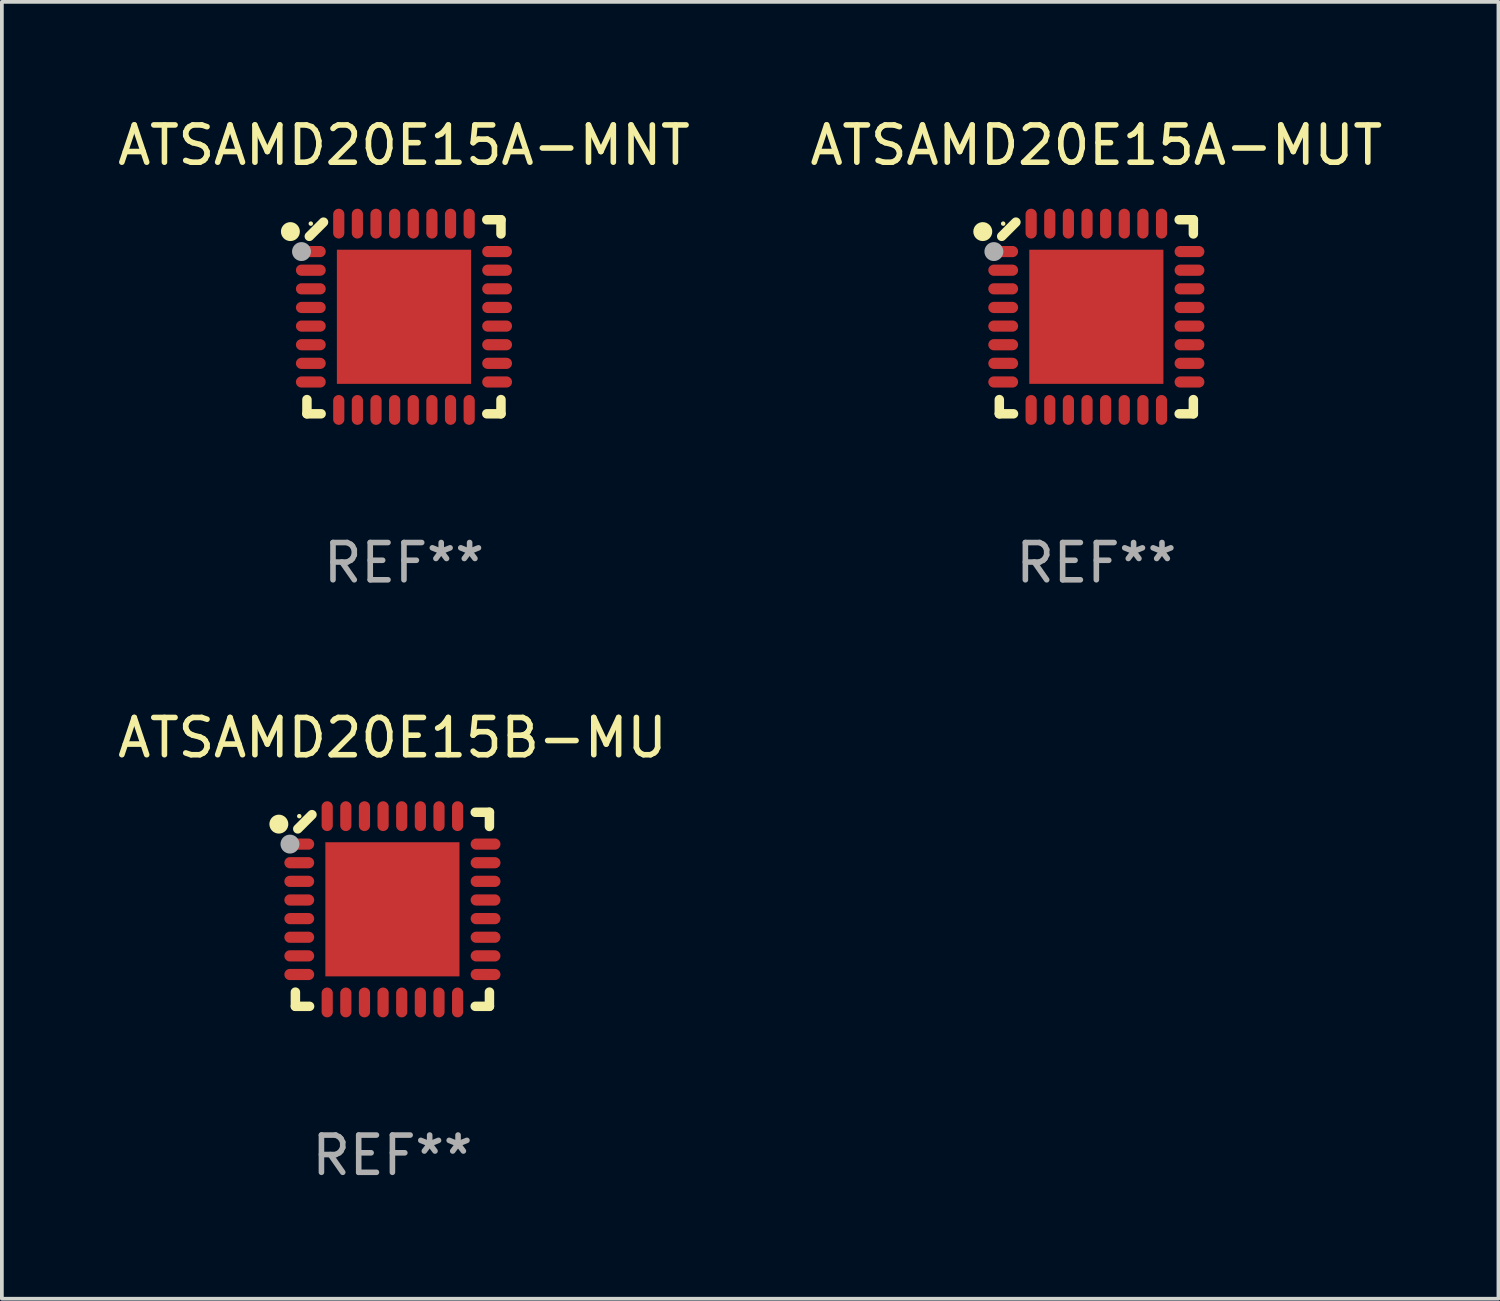
<source format=kicad_pcb>
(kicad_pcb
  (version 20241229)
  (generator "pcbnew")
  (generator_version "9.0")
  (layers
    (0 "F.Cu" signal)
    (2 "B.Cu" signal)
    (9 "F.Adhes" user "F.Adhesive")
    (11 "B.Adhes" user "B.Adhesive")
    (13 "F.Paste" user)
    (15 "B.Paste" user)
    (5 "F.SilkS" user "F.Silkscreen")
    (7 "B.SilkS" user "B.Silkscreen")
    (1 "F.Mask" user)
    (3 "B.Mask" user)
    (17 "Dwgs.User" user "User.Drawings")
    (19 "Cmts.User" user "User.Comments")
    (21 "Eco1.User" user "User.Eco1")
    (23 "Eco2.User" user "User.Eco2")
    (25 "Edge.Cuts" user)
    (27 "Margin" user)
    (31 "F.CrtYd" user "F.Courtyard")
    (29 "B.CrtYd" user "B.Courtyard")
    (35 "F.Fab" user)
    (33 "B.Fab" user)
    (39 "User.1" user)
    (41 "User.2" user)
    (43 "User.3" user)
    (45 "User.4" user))
  (footprint "ATSAMD20E15A-MUT"
    (layer "F.Cu")
    (at 26.375 5.452)
    (property "Reference" "ATSAMD20E15A-MUT" (at 0 -4.604 0) (layer "F.SilkS") (effects (font (size 1 1) (thickness 0.15))))
    (attr through_hole)
    (fp_line (start -2.604 2.223) (end -2.604 2.604) (stroke (width 0.254) (type solid)) (layer "F.SilkS"))
    (fp_line (start -2.604 2.604) (end -2.223 2.604) (stroke (width 0.254) (type solid)) (layer "F.SilkS"))
    (fp_line (start -2.159 -2.54) (end -2.54 -2.159) (stroke (width 0.254) (type solid)) (layer "F.SilkS"))
    (fp_line (start 2.223 2.604) (end 2.604 2.604) (stroke (width 0.254) (type solid)) (layer "F.SilkS"))
    (fp_line (start 2.604 -2.604) (end 2.223 -2.604) (stroke (width 0.254) (type solid)) (layer "F.SilkS"))
    (fp_line (start 2.604 -2.223) (end 2.604 -2.604) (stroke (width 0.254) (type solid)) (layer "F.SilkS"))
    (fp_line (start 2.604 2.604) (end 2.604 2.223) (stroke (width 0.254) (type solid)) (layer "F.SilkS"))
    (fp_circle (center -3.048 -2.286) (end -2.921 -2.286) (stroke (width 0.254) (type solid)) (fill no) (layer "F.SilkS"))
    (fp_circle (center -2.5 -2.5) (end -2.47 -2.5) (stroke (width 0.06) (type solid)) (fill no) (layer "F.SilkS"))
    (fp_circle (center -2.75 -1.75) (end -2.623 -1.75) (stroke (width 0.254) (type solid)) (fill no) (layer "F.Fab"))
    (fp_text user "REF**" (at 0 6.604 0) (layer "F.Fab") (effects (font (size 1 1) (thickness 0.15))))
    (pad "1" smd oval (at -2.5 -1.75) (size 0.8 0.3) (layers "F.Cu" "F.Mask" "F.Paste"))
    (pad "2" smd oval (at -2.5 -1.25) (size 0.8 0.3) (layers "F.Cu" "F.Mask" "F.Paste"))
    (pad "3" smd oval (at -2.5 -0.75) (size 0.8 0.3) (layers "F.Cu" "F.Mask" "F.Paste"))
    (pad "4" smd oval (at -2.5 -0.25) (size 0.8 0.3) (layers "F.Cu" "F.Mask" "F.Paste"))
    (pad "5" smd oval (at -2.5 0.25) (size 0.8 0.3) (layers "F.Cu" "F.Mask" "F.Paste"))
    (pad "6" smd oval (at -2.5 0.75) (size 0.8 0.3) (layers "F.Cu" "F.Mask" "F.Paste"))
    (pad "7" smd oval (at -2.5 1.25) (size 0.8 0.3) (layers "F.Cu" "F.Mask" "F.Paste"))
    (pad "8" smd oval (at -2.5 1.75) (size 0.8 0.3) (layers "F.Cu" "F.Mask" "F.Paste"))
    (pad "9" smd oval (at -1.75 2.5) (size 0.3 0.8) (layers "F.Cu" "F.Mask" "F.Paste"))
    (pad "10" smd oval (at -1.25 2.5) (size 0.3 0.8) (layers "F.Cu" "F.Mask" "F.Paste"))
    (pad "11" smd oval (at -0.75 2.5) (size 0.3 0.8) (layers "F.Cu" "F.Mask" "F.Paste"))
    (pad "12" smd oval (at -0.25 2.5) (size 0.3 0.8) (layers "F.Cu" "F.Mask" "F.Paste"))
    (pad "13" smd oval (at 0.25 2.5) (size 0.3 0.8) (layers "F.Cu" "F.Mask" "F.Paste"))
    (pad "14" smd oval (at 0.75 2.5) (size 0.3 0.8) (layers "F.Cu" "F.Mask" "F.Paste"))
    (pad "15" smd oval (at 1.25 2.5) (size 0.3 0.8) (layers "F.Cu" "F.Mask" "F.Paste"))
    (pad "16" smd oval (at 1.75 2.5) (size 0.3 0.8) (layers "F.Cu" "F.Mask" "F.Paste"))
    (pad "17" smd oval (at 2.5 1.75) (size 0.8 0.3) (layers "F.Cu" "F.Mask" "F.Paste"))
    (pad "18" smd oval (at 2.5 1.25) (size 0.8 0.3) (layers "F.Cu" "F.Mask" "F.Paste"))
    (pad "19" smd oval (at 2.5 0.75) (size 0.8 0.3) (layers "F.Cu" "F.Mask" "F.Paste"))
    (pad "20" smd oval (at 2.5 0.25) (size 0.8 0.3) (layers "F.Cu" "F.Mask" "F.Paste"))
    (pad "21" smd oval (at 2.5 -0.25) (size 0.8 0.3) (layers "F.Cu" "F.Mask" "F.Paste"))
    (pad "22" smd oval (at 2.5 -0.75) (size 0.8 0.3) (layers "F.Cu" "F.Mask" "F.Paste"))
    (pad "23" smd oval (at 2.5 -1.25) (size 0.8 0.3) (layers "F.Cu" "F.Mask" "F.Paste"))
    (pad "24" smd oval (at 2.5 -1.75) (size 0.8 0.3) (layers "F.Cu" "F.Mask" "F.Paste"))
    (pad "25" smd oval (at 1.75 -2.5) (size 0.3 0.8) (layers "F.Cu" "F.Mask" "F.Paste"))
    (pad "26" smd oval (at 1.25 -2.5) (size 0.3 0.8) (layers "F.Cu" "F.Mask" "F.Paste"))
    (pad "27" smd oval (at 0.75 -2.5) (size 0.3 0.8) (layers "F.Cu" "F.Mask" "F.Paste"))
    (pad "28" smd oval (at 0.25 -2.5) (size 0.3 0.8) (layers "F.Cu" "F.Mask" "F.Paste"))
    (pad "29" smd oval (at -0.25 -2.5) (size 0.3 0.8) (layers "F.Cu" "F.Mask" "F.Paste"))
    (pad "30" smd oval (at -0.75 -2.5) (size 0.3 0.8) (layers "F.Cu" "F.Mask" "F.Paste"))
    (pad "31" smd oval (at -1.25 -2.5) (size 0.3 0.8) (layers "F.Cu" "F.Mask" "F.Paste"))
    (pad "32" smd oval (at -1.75 -2.5) (size 0.3 0.8) (layers "F.Cu" "F.Mask" "F.Paste"))
    (pad "33" smd rect (at -0.000076 0) (size 3.6 3.6) (layers "F.Cu" "F.Mask" "F.Paste")))
  (footprint "ATSAMD20E15B-MU"
    (layer "F.Cu")
    (at 7.482 21.355)
    (property "Reference" "ATSAMD20E15B-MU" (at 0 -4.604 0) (layer "F.SilkS") (effects (font (size 1 1) (thickness 0.15))))
    (attr through_hole)
    (fp_line (start -2.604 2.223) (end -2.604 2.604) (stroke (width 0.254) (type solid)) (layer "F.SilkS"))
    (fp_line (start -2.604 2.604) (end -2.223 2.604) (stroke (width 0.254) (type solid)) (layer "F.SilkS"))
    (fp_line (start -2.159 -2.54) (end -2.54 -2.159) (stroke (width 0.254) (type solid)) (layer "F.SilkS"))
    (fp_line (start 2.223 2.604) (end 2.604 2.604) (stroke (width 0.254) (type solid)) (layer "F.SilkS"))
    (fp_line (start 2.604 -2.604) (end 2.223 -2.604) (stroke (width 0.254) (type solid)) (layer "F.SilkS"))
    (fp_line (start 2.604 -2.223) (end 2.604 -2.604) (stroke (width 0.254) (type solid)) (layer "F.SilkS"))
    (fp_line (start 2.604 2.604) (end 2.604 2.223) (stroke (width 0.254) (type solid)) (layer "F.SilkS"))
    (fp_circle (center -3.048 -2.286) (end -2.921 -2.286) (stroke (width 0.254) (type solid)) (fill no) (layer "F.SilkS"))
    (fp_circle (center -2.5 -2.5) (end -2.47 -2.5) (stroke (width 0.06) (type solid)) (fill no) (layer "F.SilkS"))
    (fp_circle (center -2.75 -1.75) (end -2.623 -1.75) (stroke (width 0.254) (type solid)) (fill no) (layer "F.Fab"))
    (fp_text user "REF**" (at 0 6.604 0) (layer "F.Fab") (effects (font (size 1 1) (thickness 0.15))))
    (pad "1" smd oval (at -2.5 -1.75) (size 0.8 0.3) (layers "F.Cu" "F.Mask" "F.Paste"))
    (pad "2" smd oval (at -2.5 -1.25) (size 0.8 0.3) (layers "F.Cu" "F.Mask" "F.Paste"))
    (pad "3" smd oval (at -2.5 -0.75) (size 0.8 0.3) (layers "F.Cu" "F.Mask" "F.Paste"))
    (pad "4" smd oval (at -2.5 -0.25) (size 0.8 0.3) (layers "F.Cu" "F.Mask" "F.Paste"))
    (pad "5" smd oval (at -2.5 0.25) (size 0.8 0.3) (layers "F.Cu" "F.Mask" "F.Paste"))
    (pad "6" smd oval (at -2.5 0.75) (size 0.8 0.3) (layers "F.Cu" "F.Mask" "F.Paste"))
    (pad "7" smd oval (at -2.5 1.25) (size 0.8 0.3) (layers "F.Cu" "F.Mask" "F.Paste"))
    (pad "8" smd oval (at -2.5 1.75) (size 0.8 0.3) (layers "F.Cu" "F.Mask" "F.Paste"))
    (pad "9" smd oval (at -1.75 2.5) (size 0.3 0.8) (layers "F.Cu" "F.Mask" "F.Paste"))
    (pad "10" smd oval (at -1.25 2.5) (size 0.3 0.8) (layers "F.Cu" "F.Mask" "F.Paste"))
    (pad "11" smd oval (at -0.75 2.5) (size 0.3 0.8) (layers "F.Cu" "F.Mask" "F.Paste"))
    (pad "12" smd oval (at -0.25 2.5) (size 0.3 0.8) (layers "F.Cu" "F.Mask" "F.Paste"))
    (pad "13" smd oval (at 0.25 2.5) (size 0.3 0.8) (layers "F.Cu" "F.Mask" "F.Paste"))
    (pad "14" smd oval (at 0.75 2.5) (size 0.3 0.8) (layers "F.Cu" "F.Mask" "F.Paste"))
    (pad "15" smd oval (at 1.25 2.5) (size 0.3 0.8) (layers "F.Cu" "F.Mask" "F.Paste"))
    (pad "16" smd oval (at 1.75 2.5) (size 0.3 0.8) (layers "F.Cu" "F.Mask" "F.Paste"))
    (pad "17" smd oval (at 2.5 1.75) (size 0.8 0.3) (layers "F.Cu" "F.Mask" "F.Paste"))
    (pad "18" smd oval (at 2.5 1.25) (size 0.8 0.3) (layers "F.Cu" "F.Mask" "F.Paste"))
    (pad "19" smd oval (at 2.5 0.75) (size 0.8 0.3) (layers "F.Cu" "F.Mask" "F.Paste"))
    (pad "20" smd oval (at 2.5 0.25) (size 0.8 0.3) (layers "F.Cu" "F.Mask" "F.Paste"))
    (pad "21" smd oval (at 2.5 -0.25) (size 0.8 0.3) (layers "F.Cu" "F.Mask" "F.Paste"))
    (pad "22" smd oval (at 2.5 -0.75) (size 0.8 0.3) (layers "F.Cu" "F.Mask" "F.Paste"))
    (pad "23" smd oval (at 2.5 -1.25) (size 0.8 0.3) (layers "F.Cu" "F.Mask" "F.Paste"))
    (pad "24" smd oval (at 2.5 -1.75) (size 0.8 0.3) (layers "F.Cu" "F.Mask" "F.Paste"))
    (pad "25" smd oval (at 1.75 -2.5) (size 0.3 0.8) (layers "F.Cu" "F.Mask" "F.Paste"))
    (pad "26" smd oval (at 1.25 -2.5) (size 0.3 0.8) (layers "F.Cu" "F.Mask" "F.Paste"))
    (pad "27" smd oval (at 0.75 -2.5) (size 0.3 0.8) (layers "F.Cu" "F.Mask" "F.Paste"))
    (pad "28" smd oval (at 0.25 -2.5) (size 0.3 0.8) (layers "F.Cu" "F.Mask" "F.Paste"))
    (pad "29" smd oval (at -0.25 -2.5) (size 0.3 0.8) (layers "F.Cu" "F.Mask" "F.Paste"))
    (pad "30" smd oval (at -0.75 -2.5) (size 0.3 0.8) (layers "F.Cu" "F.Mask" "F.Paste"))
    (pad "31" smd oval (at -1.25 -2.5) (size 0.3 0.8) (layers "F.Cu" "F.Mask" "F.Paste"))
    (pad "32" smd oval (at -1.75 -2.5) (size 0.3 0.8) (layers "F.Cu" "F.Mask" "F.Paste"))
    (pad "33" smd rect (at -0.000076 0) (size 3.6 3.6) (layers "F.Cu" "F.Mask" "F.Paste")))
  (footprint "ATSAMD20E15A-MNT"
    (layer "F.Cu")
    (at 7.792 5.452)
    (property "Reference" "ATSAMD20E15A-MNT" (at 0 -4.604 0) (layer "F.SilkS") (effects (font (size 1 1) (thickness 0.15))))
    (attr through_hole)
    (fp_line (start -2.604 2.223) (end -2.604 2.604) (stroke (width 0.254) (type solid)) (layer "F.SilkS"))
    (fp_line (start -2.604 2.604) (end -2.223 2.604) (stroke (width 0.254) (type solid)) (layer "F.SilkS"))
    (fp_line (start -2.159 -2.54) (end -2.54 -2.159) (stroke (width 0.254) (type solid)) (layer "F.SilkS"))
    (fp_line (start 2.223 2.604) (end 2.604 2.604) (stroke (width 0.254) (type solid)) (layer "F.SilkS"))
    (fp_line (start 2.604 -2.604) (end 2.223 -2.604) (stroke (width 0.254) (type solid)) (layer "F.SilkS"))
    (fp_line (start 2.604 -2.223) (end 2.604 -2.604) (stroke (width 0.254) (type solid)) (layer "F.SilkS"))
    (fp_line (start 2.604 2.604) (end 2.604 2.223) (stroke (width 0.254) (type solid)) (layer "F.SilkS"))
    (fp_circle (center -3.048 -2.286) (end -2.921 -2.286) (stroke (width 0.254) (type solid)) (fill no) (layer "F.SilkS"))
    (fp_circle (center -2.5 -2.5) (end -2.47 -2.5) (stroke (width 0.06) (type solid)) (fill no) (layer "F.SilkS"))
    (fp_circle (center -2.75 -1.75) (end -2.623 -1.75) (stroke (width 0.254) (type solid)) (fill no) (layer "F.Fab"))
    (fp_text user "REF**" (at 0 6.604 0) (layer "F.Fab") (effects (font (size 1 1) (thickness 0.15))))
    (pad "1" smd oval (at -2.5 -1.75) (size 0.8 0.3) (layers "F.Cu" "F.Mask" "F.Paste"))
    (pad "2" smd oval (at -2.5 -1.25) (size 0.8 0.3) (layers "F.Cu" "F.Mask" "F.Paste"))
    (pad "3" smd oval (at -2.5 -0.75) (size 0.8 0.3) (layers "F.Cu" "F.Mask" "F.Paste"))
    (pad "4" smd oval (at -2.5 -0.25) (size 0.8 0.3) (layers "F.Cu" "F.Mask" "F.Paste"))
    (pad "5" smd oval (at -2.5 0.25) (size 0.8 0.3) (layers "F.Cu" "F.Mask" "F.Paste"))
    (pad "6" smd oval (at -2.5 0.75) (size 0.8 0.3) (layers "F.Cu" "F.Mask" "F.Paste"))
    (pad "7" smd oval (at -2.5 1.25) (size 0.8 0.3) (layers "F.Cu" "F.Mask" "F.Paste"))
    (pad "8" smd oval (at -2.5 1.75) (size 0.8 0.3) (layers "F.Cu" "F.Mask" "F.Paste"))
    (pad "9" smd oval (at -1.75 2.5) (size 0.3 0.8) (layers "F.Cu" "F.Mask" "F.Paste"))
    (pad "10" smd oval (at -1.25 2.5) (size 0.3 0.8) (layers "F.Cu" "F.Mask" "F.Paste"))
    (pad "11" smd oval (at -0.75 2.5) (size 0.3 0.8) (layers "F.Cu" "F.Mask" "F.Paste"))
    (pad "12" smd oval (at -0.25 2.5) (size 0.3 0.8) (layers "F.Cu" "F.Mask" "F.Paste"))
    (pad "13" smd oval (at 0.25 2.5) (size 0.3 0.8) (layers "F.Cu" "F.Mask" "F.Paste"))
    (pad "14" smd oval (at 0.75 2.5) (size 0.3 0.8) (layers "F.Cu" "F.Mask" "F.Paste"))
    (pad "15" smd oval (at 1.25 2.5) (size 0.3 0.8) (layers "F.Cu" "F.Mask" "F.Paste"))
    (pad "16" smd oval (at 1.75 2.5) (size 0.3 0.8) (layers "F.Cu" "F.Mask" "F.Paste"))
    (pad "17" smd oval (at 2.5 1.75) (size 0.8 0.3) (layers "F.Cu" "F.Mask" "F.Paste"))
    (pad "18" smd oval (at 2.5 1.25) (size 0.8 0.3) (layers "F.Cu" "F.Mask" "F.Paste"))
    (pad "19" smd oval (at 2.5 0.75) (size 0.8 0.3) (layers "F.Cu" "F.Mask" "F.Paste"))
    (pad "20" smd oval (at 2.5 0.25) (size 0.8 0.3) (layers "F.Cu" "F.Mask" "F.Paste"))
    (pad "21" smd oval (at 2.5 -0.25) (size 0.8 0.3) (layers "F.Cu" "F.Mask" "F.Paste"))
    (pad "22" smd oval (at 2.5 -0.75) (size 0.8 0.3) (layers "F.Cu" "F.Mask" "F.Paste"))
    (pad "23" smd oval (at 2.5 -1.25) (size 0.8 0.3) (layers "F.Cu" "F.Mask" "F.Paste"))
    (pad "24" smd oval (at 2.5 -1.75) (size 0.8 0.3) (layers "F.Cu" "F.Mask" "F.Paste"))
    (pad "25" smd oval (at 1.75 -2.5) (size 0.3 0.8) (layers "F.Cu" "F.Mask" "F.Paste"))
    (pad "26" smd oval (at 1.25 -2.5) (size 0.3 0.8) (layers "F.Cu" "F.Mask" "F.Paste"))
    (pad "27" smd oval (at 0.75 -2.5) (size 0.3 0.8) (layers "F.Cu" "F.Mask" "F.Paste"))
    (pad "28" smd oval (at 0.25 -2.5) (size 0.3 0.8) (layers "F.Cu" "F.Mask" "F.Paste"))
    (pad "29" smd oval (at -0.25 -2.5) (size 0.3 0.8) (layers "F.Cu" "F.Mask" "F.Paste"))
    (pad "30" smd oval (at -0.75 -2.5) (size 0.3 0.8) (layers "F.Cu" "F.Mask" "F.Paste"))
    (pad "31" smd oval (at -1.25 -2.5) (size 0.3 0.8) (layers "F.Cu" "F.Mask" "F.Paste"))
    (pad "32" smd oval (at -1.75 -2.5) (size 0.3 0.8) (layers "F.Cu" "F.Mask" "F.Paste"))
    (pad "33" smd rect (at -0.000076 0) (size 3.6 3.6) (layers "F.Cu" "F.Mask" "F.Paste")))
  (gr_rect
    (start -3 -3)
    (end 37.167 31.807)
    (stroke (width 0.1) (type default))
    (fill no)
    (layer "Edge.Cuts")))
</source>
